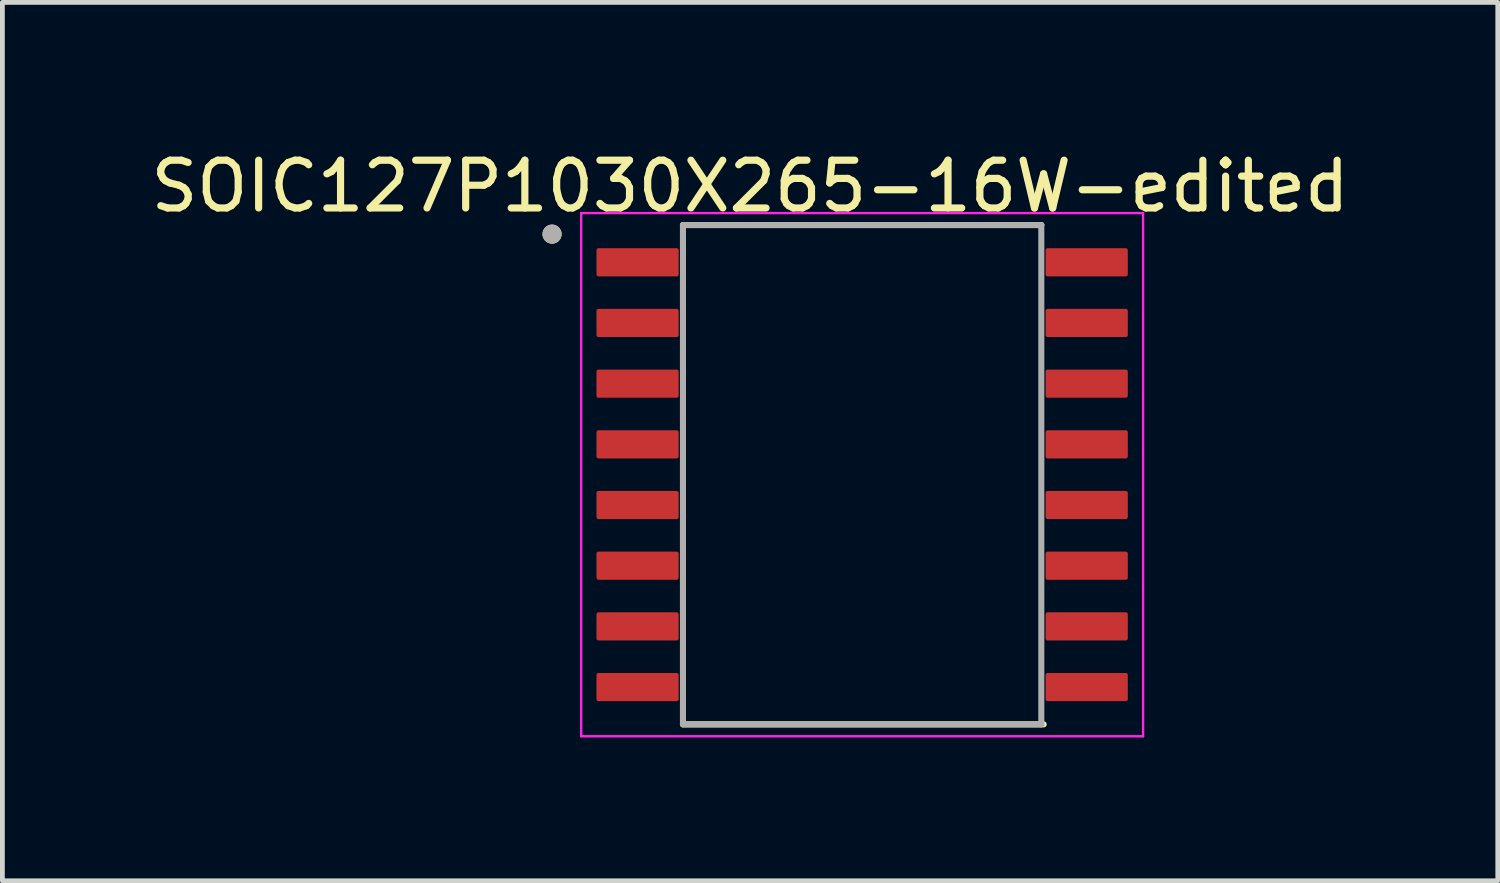
<source format=kicad_pcb>
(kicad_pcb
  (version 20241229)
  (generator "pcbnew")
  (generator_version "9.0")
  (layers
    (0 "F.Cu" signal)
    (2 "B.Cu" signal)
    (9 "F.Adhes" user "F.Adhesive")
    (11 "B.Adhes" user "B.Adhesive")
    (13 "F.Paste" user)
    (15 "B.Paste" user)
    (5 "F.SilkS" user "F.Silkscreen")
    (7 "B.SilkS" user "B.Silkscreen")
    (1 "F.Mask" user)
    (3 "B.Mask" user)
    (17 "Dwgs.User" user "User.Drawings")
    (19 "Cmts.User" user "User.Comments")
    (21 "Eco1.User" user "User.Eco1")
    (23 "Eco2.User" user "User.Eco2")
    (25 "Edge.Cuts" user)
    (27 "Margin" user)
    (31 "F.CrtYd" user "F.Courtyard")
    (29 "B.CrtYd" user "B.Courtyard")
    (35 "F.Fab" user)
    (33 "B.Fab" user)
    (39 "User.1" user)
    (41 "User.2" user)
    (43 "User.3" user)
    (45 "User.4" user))
  (footprint "SOIC127P1030X265-16W-edited"
    (layer "F.Cu")
    (at 14.994 6.885)
    (property "Reference" "SOIC127P1030X265-16W-edited" (at -2.345 -6.037 0) (layer "F.SilkS") (effects (font (size 1 1) (thickness 0.15))))
    (attr through_hole)
    (fp_line (start -3.75 -5.225) (end 3.75 -5.225) (stroke (width 0.127) (type solid)) (layer "F.SilkS"))
    (fp_line (start -3.75 5.225) (end 3.8 5.225) (stroke (width 0.127) (type solid)) (layer "F.SilkS"))
    (fp_circle (center -6.49 -5.035) (end -6.39 -5.035) (stroke (width 0.2) (type solid)) (fill no) (layer "F.SilkS"))
    (fp_line (start -5.88 -5.475) (end -5.88 5.475) (stroke (width 0.05) (type solid)) (layer "F.CrtYd"))
    (fp_line (start -5.88 -5.475) (end 5.88 -5.475) (stroke (width 0.05) (type solid)) (layer "F.CrtYd"))
    (fp_line (start -5.88 5.475) (end 5.88 5.475) (stroke (width 0.05) (type solid)) (layer "F.CrtYd"))
    (fp_line (start 5.88 -5.475) (end 5.88 5.475) (stroke (width 0.05) (type solid)) (layer "F.CrtYd"))
    (fp_line (start -3.75 -5.225) (end -3.75 5.225) (stroke (width 0.127) (type solid)) (layer "F.Fab"))
    (fp_line (start -3.75 -5.225) (end 3.75 -5.225) (stroke (width 0.127) (type solid)) (layer "F.Fab"))
    (fp_line (start -3.75 5.225) (end 3.75 5.225) (stroke (width 0.127) (type solid)) (layer "F.Fab"))
    (fp_line (start 3.75 -5.225) (end 3.75 5.225) (stroke (width 0.127) (type solid)) (layer "F.Fab"))
    (fp_circle (center -6.49 -5.035) (end -6.39 -5.035) (stroke (width 0.2) (type solid)) (fill no) (layer "F.Fab"))
    (pad "1" smd roundrect (at -4.7 -4.445) (size 1.72 0.59) (layers "F.Cu" "F.Mask" "F.Paste") (roundrect_rratio 0.07))
    (pad "2" smd roundrect (at -4.7 -3.175) (size 1.72 0.59) (layers "F.Cu" "F.Mask" "F.Paste") (roundrect_rratio 0.07))
    (pad "3" smd roundrect (at -4.7 -1.905) (size 1.72 0.59) (layers "F.Cu" "F.Mask" "F.Paste") (roundrect_rratio 0.07))
    (pad "4" smd roundrect (at -4.7 -0.635) (size 1.72 0.59) (layers "F.Cu" "F.Mask" "F.Paste") (roundrect_rratio 0.07))
    (pad "5" smd roundrect (at -4.7 0.635) (size 1.72 0.59) (layers "F.Cu" "F.Mask" "F.Paste") (roundrect_rratio 0.07))
    (pad "6" smd roundrect (at -4.7 1.905) (size 1.72 0.59) (layers "F.Cu" "F.Mask" "F.Paste") (roundrect_rratio 0.07))
    (pad "7" smd roundrect (at -4.7 3.175) (size 1.72 0.59) (layers "F.Cu" "F.Mask" "F.Paste") (roundrect_rratio 0.07))
    (pad "8" smd roundrect (at -4.7 4.445) (size 1.72 0.59) (layers "F.Cu" "F.Mask" "F.Paste") (roundrect_rratio 0.07))
    (pad "9" smd roundrect (at 4.7 4.445) (size 1.72 0.59) (layers "F.Cu" "F.Mask" "F.Paste") (roundrect_rratio 0.07))
    (pad "10" smd roundrect (at 4.7 3.175) (size 1.72 0.59) (layers "F.Cu" "F.Mask" "F.Paste") (roundrect_rratio 0.07))
    (pad "11" smd roundrect (at 4.7 1.905) (size 1.72 0.59) (layers "F.Cu" "F.Mask" "F.Paste") (roundrect_rratio 0.07))
    (pad "12" smd roundrect (at 4.7 0.635) (size 1.72 0.59) (layers "F.Cu" "F.Mask" "F.Paste") (roundrect_rratio 0.07))
    (pad "13" smd roundrect (at 4.7 -0.635) (size 1.72 0.59) (layers "F.Cu" "F.Mask" "F.Paste") (roundrect_rratio 0.07))
    (pad "14" smd roundrect (at 4.7 -1.905) (size 1.72 0.59) (layers "F.Cu" "F.Mask" "F.Paste") (roundrect_rratio 0.07))
    (pad "15" smd roundrect (at 4.7 -3.175) (size 1.72 0.59) (layers "F.Cu" "F.Mask" "F.Paste") (roundrect_rratio 0.07))
    (pad "16" smd roundrect (at 4.7 -4.445) (size 1.72 0.59) (layers "F.Cu" "F.Mask" "F.Paste") (roundrect_rratio 0.07)))
  (gr_rect
    (start -3 -3)
    (end 28.298 15.385)
    (stroke (width 0.1) (type default))
    (fill no)
    (layer "Edge.Cuts")))
</source>
